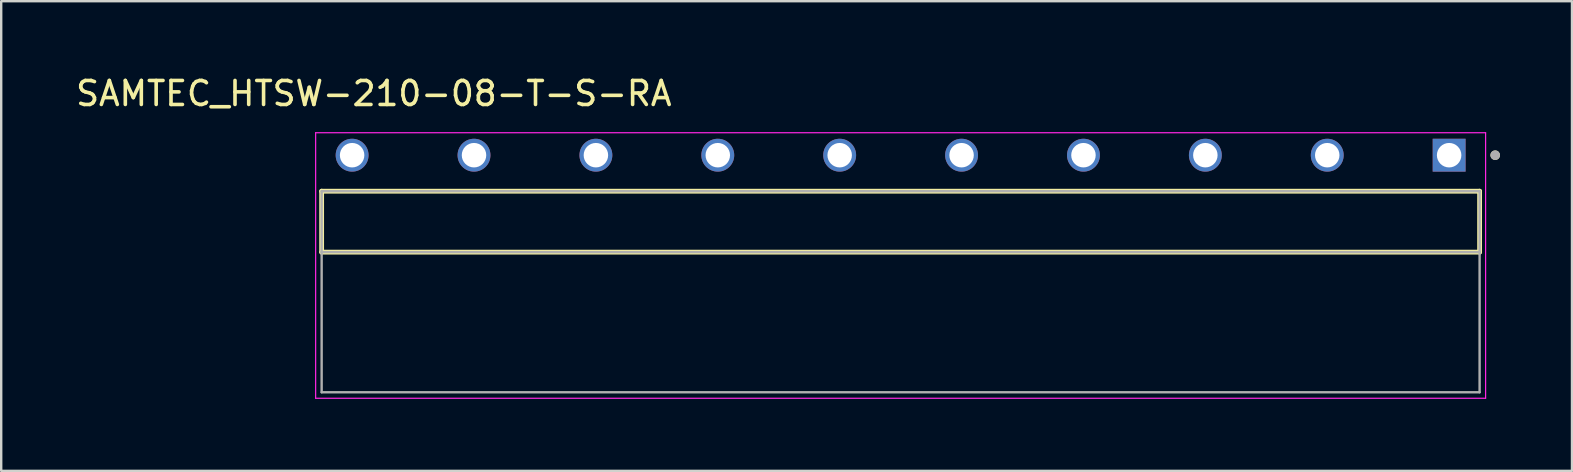
<source format=kicad_pcb>
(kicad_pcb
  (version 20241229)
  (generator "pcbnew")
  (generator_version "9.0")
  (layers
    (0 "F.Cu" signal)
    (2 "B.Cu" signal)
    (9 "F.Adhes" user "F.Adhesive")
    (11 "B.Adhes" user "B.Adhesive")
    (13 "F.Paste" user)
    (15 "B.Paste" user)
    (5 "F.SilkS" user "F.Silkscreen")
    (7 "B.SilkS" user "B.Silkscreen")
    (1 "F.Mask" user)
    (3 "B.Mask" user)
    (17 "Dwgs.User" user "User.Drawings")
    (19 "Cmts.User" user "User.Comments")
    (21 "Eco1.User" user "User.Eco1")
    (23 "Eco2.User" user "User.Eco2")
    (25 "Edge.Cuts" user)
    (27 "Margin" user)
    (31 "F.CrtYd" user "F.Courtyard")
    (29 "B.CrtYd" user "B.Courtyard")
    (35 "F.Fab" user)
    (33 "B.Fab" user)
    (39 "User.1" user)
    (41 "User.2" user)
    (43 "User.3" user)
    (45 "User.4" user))
  (footprint "SAMTEC_HTSW-210-08-T-S-RA"
    (layer "F.Cu")
    (at 34.485 6.188)
    (property "Reference" "SAMTEC_HTSW-210-08-T-S-RA" (at -21.955 -5.34 0) (layer "F.SilkS") (effects (font (size 1 1) (thickness 0.15))))
    (attr through_hole)
    (fp_line (start -24.13 1.27) (end -24.13 -1.27) (stroke (width 0.2) (type solid)) (layer "F.SilkS"))
    (fp_line (start 24.13 -1.27) (end -24.13 -1.27) (stroke (width 0.2) (type solid)) (layer "F.SilkS"))
    (fp_line (start 24.13 -1.27) (end 24.13 1.27) (stroke (width 0.2) (type solid)) (layer "F.SilkS"))
    (fp_line (start 24.13 1.27) (end -24.13 1.27) (stroke (width 0.2) (type solid)) (layer "F.SilkS"))
    (fp_circle (center 24.78 -2.77) (end 24.88 -2.77) (stroke (width 0.2) (type solid)) (fill no) (layer "F.SilkS"))
    (fp_line (start -24.38 -3.705) (end 24.38 -3.705) (stroke (width 0.05) (type solid)) (layer "F.CrtYd"))
    (fp_line (start -24.38 7.36) (end -24.38 -3.705) (stroke (width 0.05) (type solid)) (layer "F.CrtYd"))
    (fp_line (start 24.38 -3.705) (end 24.38 7.36) (stroke (width 0.05) (type solid)) (layer "F.CrtYd"))
    (fp_line (start 24.38 7.36) (end -24.38 7.36) (stroke (width 0.05) (type solid)) (layer "F.CrtYd"))
    (fp_line (start -24.13 -1.27) (end 24.13 -1.27) (stroke (width 0.1) (type solid)) (layer "F.Fab"))
    (fp_line (start -24.13 1.27) (end -24.13 -1.27) (stroke (width 0.1) (type solid)) (layer "F.Fab"))
    (fp_line (start -24.13 1.27) (end -24.13 7.11) (stroke (width 0.1) (type solid)) (layer "F.Fab"))
    (fp_line (start -24.13 7.11) (end 24.13 7.11) (stroke (width 0.1) (type solid)) (layer "F.Fab"))
    (fp_line (start 24.13 -1.27) (end 24.13 1.27) (stroke (width 0.1) (type solid)) (layer "F.Fab"))
    (fp_line (start 24.13 1.27) (end -24.13 1.27) (stroke (width 0.1) (type solid)) (layer "F.Fab"))
    (fp_line (start 24.13 7.11) (end 24.13 1.27) (stroke (width 0.1) (type solid)) (layer "F.Fab"))
    (fp_circle (center 24.78 -2.77) (end 24.88 -2.77) (stroke (width 0.2) (type solid)) (fill no) (layer "F.Fab"))
    (pad "01" thru_hole rect (at 22.86 -2.77) (size 1.37 1.37) (drill 1.02) (layers "*.Cu" "*.Mask"))
    (pad "02" thru_hole circle (at 17.78 -2.77) (size 1.37 1.37) (drill 1.02) (layers "*.Cu" "*.Mask"))
    (pad "03" thru_hole circle (at 12.7 -2.77) (size 1.37 1.37) (drill 1.02) (layers "*.Cu" "*.Mask"))
    (pad "04" thru_hole circle (at 7.62 -2.77) (size 1.37 1.37) (drill 1.02) (layers "*.Cu" "*.Mask"))
    (pad "05" thru_hole circle (at 2.54 -2.77) (size 1.37 1.37) (drill 1.02) (layers "*.Cu" "*.Mask"))
    (pad "06" thru_hole circle (at -2.54 -2.77) (size 1.37 1.37) (drill 1.02) (layers "*.Cu" "*.Mask"))
    (pad "07" thru_hole circle (at -7.62 -2.77) (size 1.37 1.37) (drill 1.02) (layers "*.Cu" "*.Mask"))
    (pad "08" thru_hole circle (at -12.7 -2.77) (size 1.37 1.37) (drill 1.02) (layers "*.Cu" "*.Mask"))
    (pad "09" thru_hole circle (at -17.78 -2.77) (size 1.37 1.37) (drill 1.02) (layers "*.Cu" "*.Mask"))
    (pad "10" thru_hole circle (at -22.86 -2.77) (size 1.37 1.37) (drill 1.02) (layers "*.Cu" "*.Mask")))
  (gr_rect
    (start -3 -3)
    (end 62.465 16.573)
    (stroke (width 0.1) (type default))
    (fill no)
    (layer "Edge.Cuts")))
</source>
